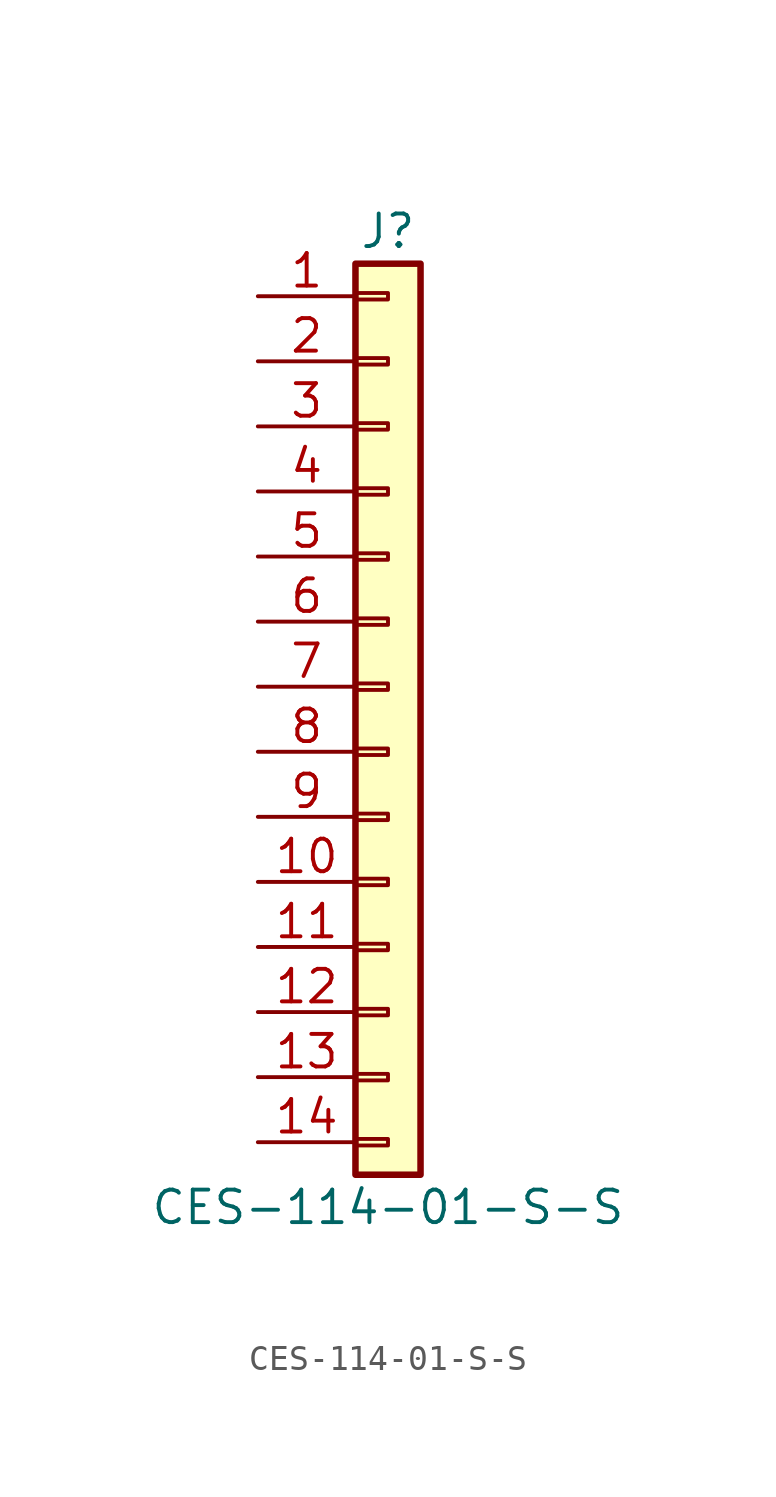
<source format=kicad_sym>
(kicad_symbol_lib
  (version 20220914)
  (generator kicad_symbol_editor)
  (symbol "CES-114-01-S-S"
    (pin_names
      (offset 1.016) hide)
    (property "Reference" "J"
      (at 0 17.78 0)
      (effects (font (size 1.27 1.27))))
    (property "Value" "CES-114-01-S-S"
      (at 0 -20.32 0)
      (effects (font (size 1.27 1.27))))
    (symbol "CES-114-01-S-S_1_1"
      (rectangle (start -1.27 -17.653) (end 0 -17.907) (stroke (width 0.152) (type default)) (fill (type none)))
      (rectangle (start -1.27 -15.113) (end 0 -15.367) (stroke (width 0.152) (type default)) (fill (type none)))
      (rectangle (start -1.27 -12.573) (end 0 -12.827) (stroke (width 0.152) (type default)) (fill (type none)))
      (rectangle (start -1.27 -10.033) (end 0 -10.287) (stroke (width 0.152) (type default)) (fill (type none)))
      (rectangle (start -1.27 -7.493) (end 0 -7.747) (stroke (width 0.152) (type default)) (fill (type none)))
      (rectangle (start -1.27 -4.953) (end 0 -5.207) (stroke (width 0.152) (type default)) (fill (type none)))
      (rectangle (start -1.27 -2.413) (end 0 -2.667) (stroke (width 0.152) (type default)) (fill (type none)))
      (rectangle (start -1.27 0.127) (end 0 -0.127) (stroke (width 0.152) (type default)) (fill (type none)))
      (rectangle (start -1.27 2.667) (end 0 2.413) (stroke (width 0.152) (type default)) (fill (type none)))
      (rectangle (start -1.27 5.207) (end 0 4.953) (stroke (width 0.152) (type default)) (fill (type none)))
      (rectangle (start -1.27 7.747) (end 0 7.493) (stroke (width 0.152) (type default)) (fill (type none)))
      (rectangle (start -1.27 10.287) (end 0 10.033) (stroke (width 0.152) (type default)) (fill (type none)))
      (rectangle (start -1.27 12.827) (end 0 12.573) (stroke (width 0.152) (type default)) (fill (type none)))
      (rectangle (start -1.27 15.367) (end 0 15.113) (stroke (width 0.152) (type default)) (fill (type none)))
      (rectangle (start -1.27 16.51) (end 1.27 -19.05) (stroke (width 0.254) (type default)) (fill (type background)))
      (pin passive line (at -5.08 15.24 0) (length 3.81) (name "Pin_1" (effects (font (size 1.27 1.27)))) (number "1" (effects (font (size 1.27 1.27)))))
      (pin passive line (at -5.08 -7.62 0) (length 3.81) (name "Pin_10" (effects (font (size 1.27 1.27)))) (number "10" (effects (font (size 1.27 1.27)))))
      (pin passive line (at -5.08 -10.16 0) (length 3.81) (name "Pin_11" (effects (font (size 1.27 1.27)))) (number "11" (effects (font (size 1.27 1.27)))))
      (pin passive line (at -5.08 -12.7 0) (length 3.81) (name "Pin_12" (effects (font (size 1.27 1.27)))) (number "12" (effects (font (size 1.27 1.27)))))
      (pin passive line (at -5.08 -15.24 0) (length 3.81) (name "Pin_13" (effects (font (size 1.27 1.27)))) (number "13" (effects (font (size 1.27 1.27)))))
      (pin passive line (at -5.08 -17.78 0) (length 3.81) (name "Pin_14" (effects (font (size 1.27 1.27)))) (number "14" (effects (font (size 1.27 1.27)))))
      (pin passive line (at -5.08 12.7 0) (length 3.81) (name "Pin_2" (effects (font (size 1.27 1.27)))) (number "2" (effects (font (size 1.27 1.27)))))
      (pin passive line (at -5.08 10.16 0) (length 3.81) (name "Pin_3" (effects (font (size 1.27 1.27)))) (number "3" (effects (font (size 1.27 1.27)))))
      (pin passive line (at -5.08 7.62 0) (length 3.81) (name "Pin_4" (effects (font (size 1.27 1.27)))) (number "4" (effects (font (size 1.27 1.27)))))
      (pin passive line (at -5.08 5.08 0) (length 3.81) (name "Pin_5" (effects (font (size 1.27 1.27)))) (number "5" (effects (font (size 1.27 1.27)))))
      (pin passive line (at -5.08 2.54 0) (length 3.81) (name "Pin_6" (effects (font (size 1.27 1.27)))) (number "6" (effects (font (size 1.27 1.27)))))
      (pin passive line (at -5.08 0 0) (length 3.81) (name "Pin_7" (effects (font (size 1.27 1.27)))) (number "7" (effects (font (size 1.27 1.27)))))
      (pin passive line (at -5.08 -2.54 0) (length 3.81) (name "Pin_8" (effects (font (size 1.27 1.27)))) (number "8" (effects (font (size 1.27 1.27)))))
      (pin passive line (at -5.08 -5.08 0) (length 3.81) (name "Pin_9" (effects (font (size 1.27 1.27)))) (number "9" (effects (font (size 1.27 1.27))))))))
</source>
